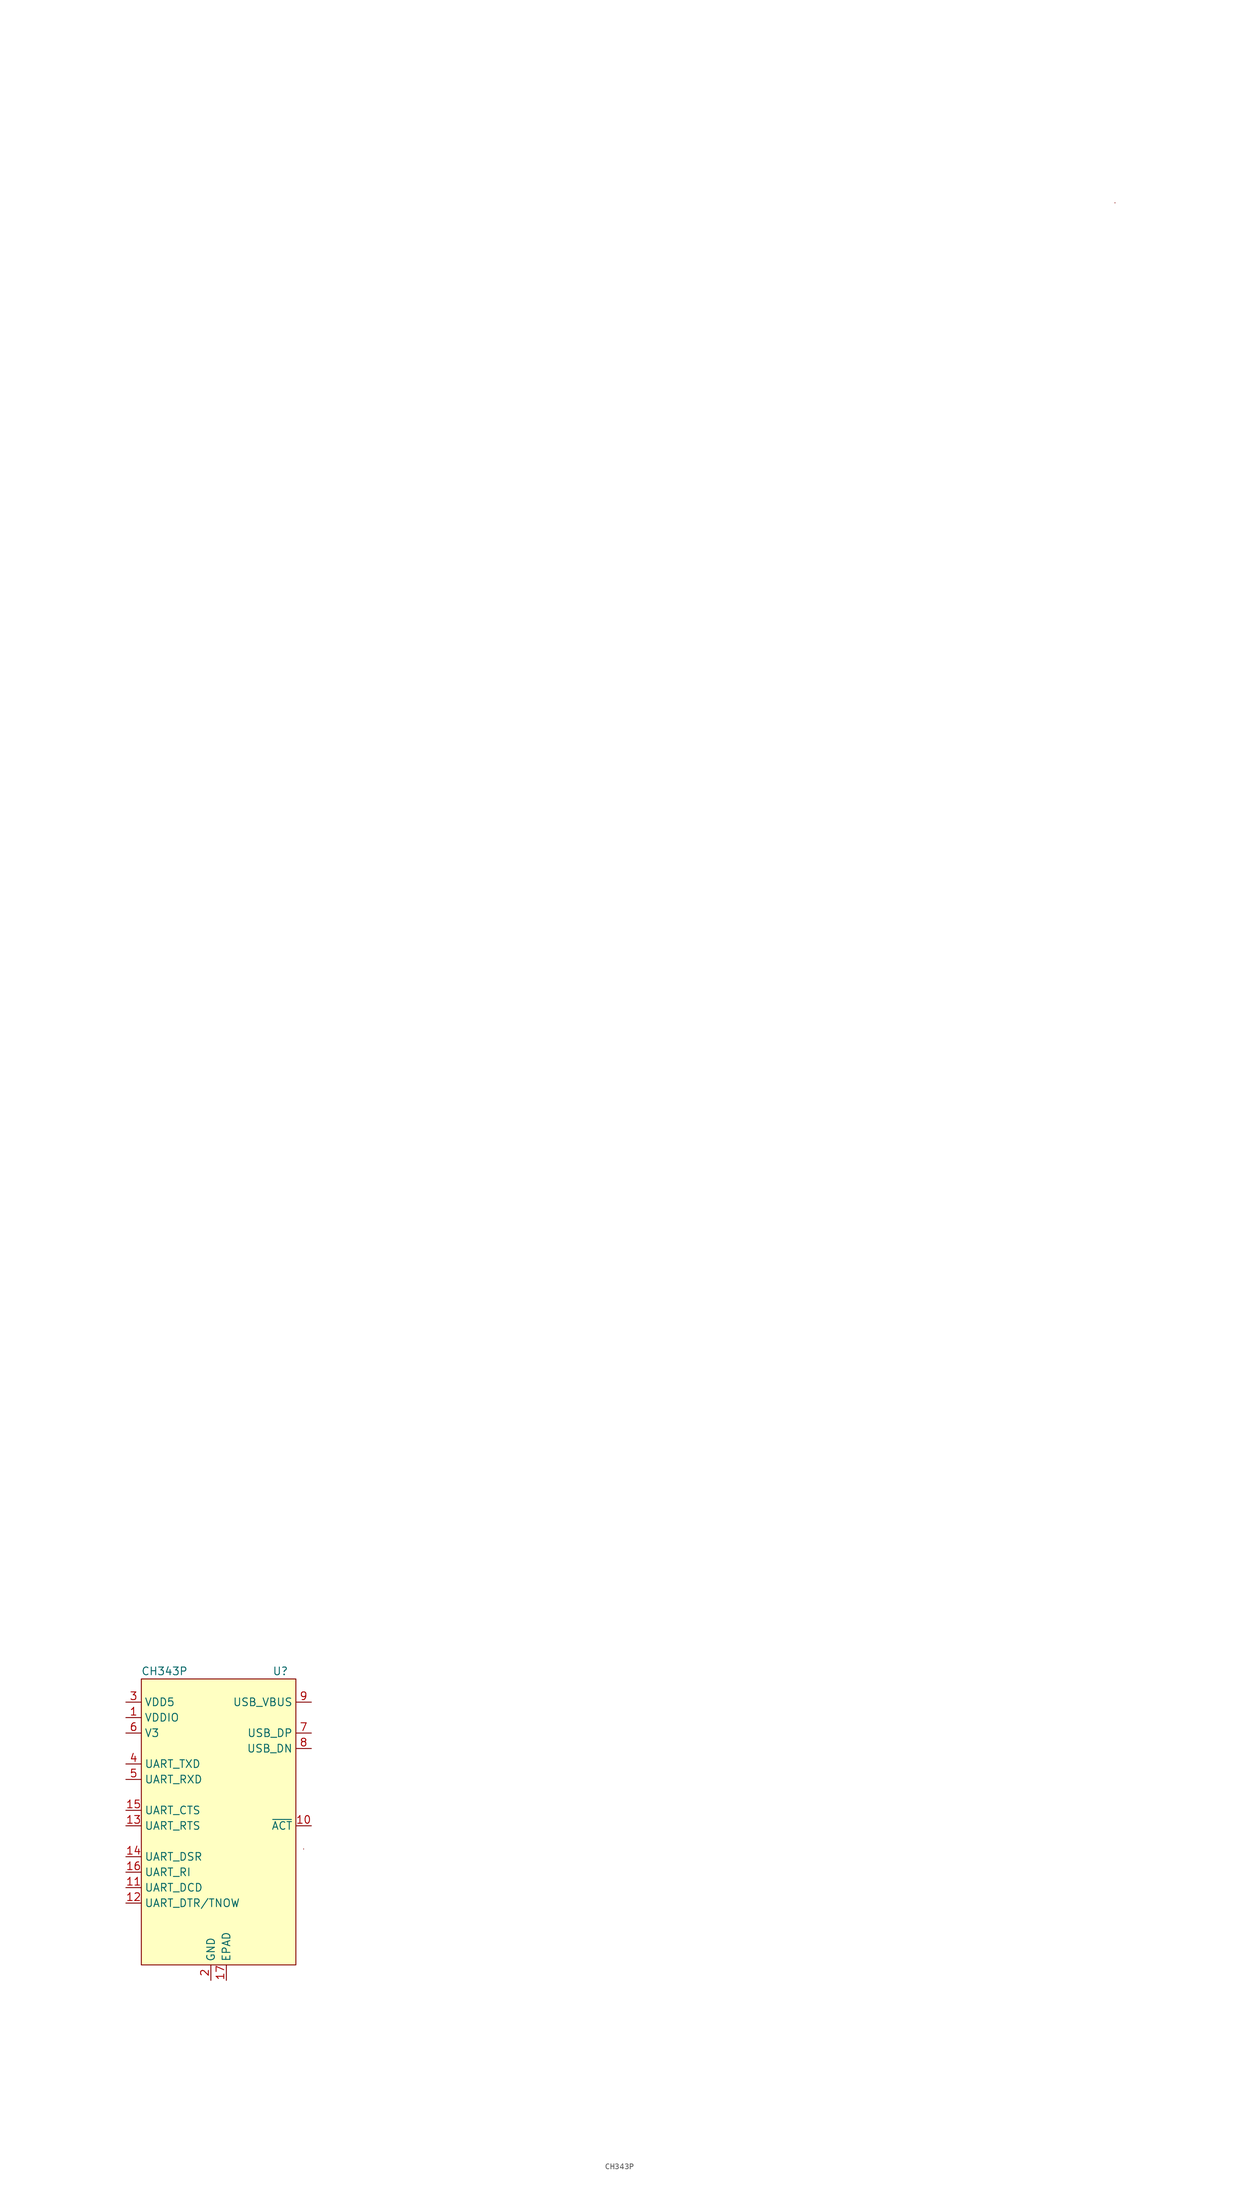
<source format=kicad_sym>
(kicad_symbol_lib
  (version 20211014)
  (generator kicad_symbol_editor)
  (symbol "CH343P"
    (property "Reference" "U"
      (at 10.16 1.279 0)
      (effects (font (size 1.27 1.27))))
    (property "Value" "CH343P"
      (at -8.89 1.279 0)
      (effects (font (size 1.27 1.27))))
    (symbol "CH343P_0_1"
      (rectangle (start -12.7 0.009) (end 12.7 -46.981) (stroke (width 0.152) (type default) (color 0 0 0 0)) (fill (type background)))
      (rectangle (start 13.97 -27.931) (end 13.97 -27.931) (stroke (width 0.152) (type default) (color 0 0 0 0)) (fill (type none)))
      (rectangle (start 147.32 242.57) (end 147.32 242.57) (stroke (width 0.152) (type default) (color 0 0 0 0)) (fill (type none))))
    (symbol "CH343P_1_0"
      (pin power_in line (at -15.24 -6.341 0) (length 2.54) (name "VDDIO" (effects (font (size 1.27 1.27)))) (number "1" (effects (font (size 1.27 1.27)))))
      (pin output line (at 15.24 -24.121 180) (length 2.54) (name "~{ACT}" (effects (font (size 1.27 1.27)))) (number "10" (effects (font (size 1.27 1.27)))))
      (pin input line (at -15.24 -34.281 0) (length 2.54) (name "UART_DCD" (effects (font (size 1.27 1.27)))) (number "11" (effects (font (size 1.27 1.27)))))
      (pin output line (at -15.24 -36.821 0) (length 2.54) (name "UART_DTR/TNOW" (effects (font (size 1.27 1.27)))) (number "12" (effects (font (size 1.27 1.27)))))
      (pin output line (at -15.24 -24.121 0) (length 2.54) (name "UART_RTS" (effects (font (size 1.27 1.27)))) (number "13" (effects (font (size 1.27 1.27)))))
      (pin input line (at -15.24 -29.201 0) (length 2.54) (name "UART_DSR" (effects (font (size 1.27 1.27)))) (number "14" (effects (font (size 1.27 1.27)))))
      (pin input line (at -15.24 -21.581 0) (length 2.54) (name "UART_CTS" (effects (font (size 1.27 1.27)))) (number "15" (effects (font (size 1.27 1.27)))))
      (pin input line (at -15.24 -31.741 0) (length 2.54) (name "UART_RI" (effects (font (size 1.27 1.27)))) (number "16" (effects (font (size 1.27 1.27)))))
      (pin power_in line (at 1.27 -49.521 90) (length 2.54) (name "EPAD" (effects (font (size 1.27 1.27)))) (number "17" (effects (font (size 1.27 1.27)))))
      (pin power_in line (at -1.27 -49.521 90) (length 2.54) (name "GND" (effects (font (size 1.27 1.27)))) (number "2" (effects (font (size 1.27 1.27)))))
      (pin power_in line (at -15.24 -3.801 0) (length 2.54) (name "VDD5" (effects (font (size 1.27 1.27)))) (number "3" (effects (font (size 1.27 1.27)))))
      (pin output line (at -15.24 -13.961 0) (length 2.54) (name "UART_TXD" (effects (font (size 1.27 1.27)))) (number "4" (effects (font (size 1.27 1.27)))))
      (pin input line (at -15.24 -16.501 0) (length 2.54) (name "UART_RXD" (effects (font (size 1.27 1.27)))) (number "5" (effects (font (size 1.27 1.27)))))
      (pin power_out line (at -15.24 -8.881 0) (length 2.54) (name "V3" (effects (font (size 1.27 1.27)))) (number "6" (effects (font (size 1.27 1.27)))))
      (pin bidirectional line (at 15.24 -8.881 180) (length 2.54) (name "USB_DP" (effects (font (size 1.27 1.27)))) (number "7" (effects (font (size 1.27 1.27)))))
      (pin bidirectional line (at 15.24 -11.421 180) (length 2.54) (name "USB_DN" (effects (font (size 1.27 1.27)))) (number "8" (effects (font (size 1.27 1.27)))))
      (pin bidirectional line (at 15.24 -3.801 180) (length 2.54) (name "USB_VBUS" (effects (font (size 1.27 1.27)))) (number "9" (effects (font (size 1.27 1.27))))))))
</source>
